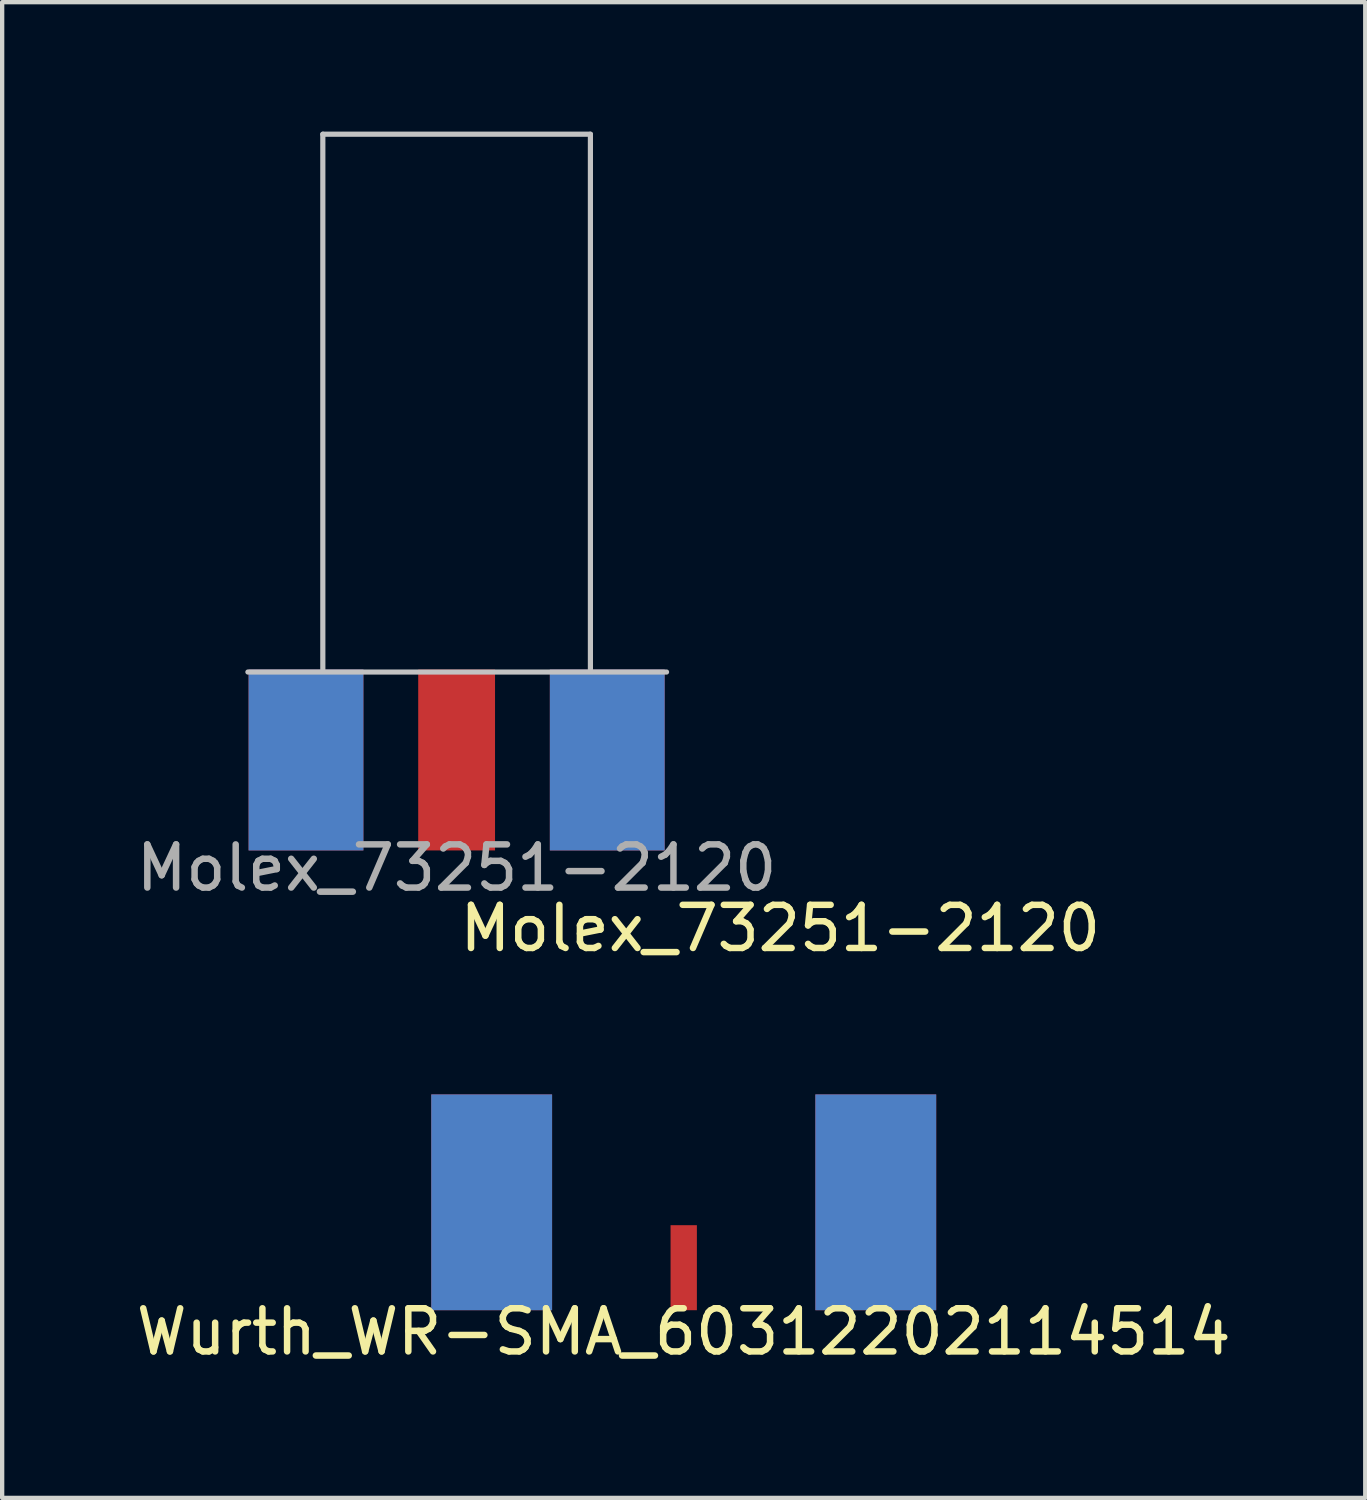
<source format=kicad_pcb>
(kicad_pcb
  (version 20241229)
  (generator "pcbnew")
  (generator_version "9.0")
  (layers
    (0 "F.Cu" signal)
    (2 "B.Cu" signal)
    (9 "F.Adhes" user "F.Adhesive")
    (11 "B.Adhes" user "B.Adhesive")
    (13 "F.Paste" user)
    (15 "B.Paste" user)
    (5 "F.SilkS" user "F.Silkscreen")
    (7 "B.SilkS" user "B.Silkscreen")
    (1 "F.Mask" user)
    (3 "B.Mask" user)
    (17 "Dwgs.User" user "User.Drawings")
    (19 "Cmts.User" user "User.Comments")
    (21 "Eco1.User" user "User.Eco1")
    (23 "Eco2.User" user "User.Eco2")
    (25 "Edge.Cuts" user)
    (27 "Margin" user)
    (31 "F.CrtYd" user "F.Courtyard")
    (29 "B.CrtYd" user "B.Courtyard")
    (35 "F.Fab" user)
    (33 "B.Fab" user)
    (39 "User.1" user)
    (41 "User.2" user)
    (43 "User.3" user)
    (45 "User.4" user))
  (footprint "Molex_73251-2120"
    (layer "F.Cu")
    (at 7.53 14.56)
    (property "Reference" "Molex_73251-2120" (at 7.5 3.9 0) (unlocked yes) (layer "F.SilkS") (effects (font (size 1 1) (thickness 0.15))))
    (attr smd)
    (fp_line (start -4.836 -2.039) (end 4.864 -2.039) (stroke (width 0.12) (type default)) (layer "Dwgs.User"))
    (fp_line (start -3.1 -2.1) (end -3.1 -14.5) (stroke (width 0.12) (type default)) (layer "Dwgs.User"))
    (fp_line (start 3.1 -14.5) (end -3.1 -14.5) (stroke (width 0.12) (type default)) (layer "Dwgs.User"))
    (fp_line (start 3.1 -2.1) (end 3.1 -14.5) (stroke (width 0.12) (type default)) (layer "Dwgs.User"))
    (fp_text user "${REFERENCE}" (at 0 2.5 0) (unlocked yes) (layer "F.Fab") (effects (font (size 1 1) (thickness 0.15))))
    (pad "1" smd rect (at 0 0) (size 1.78 4.19) (layers "F.Cu" "F.Mask" "F.Paste"))
    (pad "2" smd rect (at -3.49 0) (size 2.66 4.19) (layers "F.Cu" "F.Mask" "F.Paste"))
    (pad "2" smd rect (at -3.49 0) (size 2.66 4.19) (layers "B.Cu" "B.Mask" "B.Paste"))
    (pad "2" smd rect (at 3.49 0) (size 2.66 4.19) (layers "F.Cu" "F.Mask" "F.Paste"))
    (pad "2" smd rect (at 3.49 0) (size 2.66 4.19) (layers "B.Cu" "B.Mask" "B.Paste")))
  (footprint "Wurth_WR-SMA_60312202114514"
    (layer "F.Cu")
    (at 12.792 27.308)
    (property "Reference" "Wurth_WR-SMA_60312202114514" (at 0 0.5 0) (layer "F.SilkS") (effects (font (size 1 1) (thickness 0.15))))
    (attr through_hole)
    (pad "1" smd rect (at 0 0) (size 0.61 1.97) (drill (offset 0 -0.985)) (layers "F.Cu" "F.Mask" "F.Paste"))
    (pad "2" smd rect (at -4.45 0) (size 2.8 5) (drill (offset 0 -2.5)) (layers "F.Cu" "F.Mask" "F.Paste"))
    (pad "2" smd rect (at -4.45 0) (size 2.8 5) (drill (offset 0 -2.5)) (layers "B.Cu" "B.Mask" "B.Paste"))
    (pad "2" smd rect (at 4.45 0) (size 2.8 5) (drill (offset 0 -2.5)) (layers "F.Cu" "F.Mask" "F.Paste"))
    (pad "2" smd rect (at 4.45 0) (size 2.8 5) (drill (offset 0 -2.5)) (layers "B.Cu" "B.Mask" "B.Paste")))
  (gr_rect
    (start -3 -3)
    (end 28.583 31.657)
    (stroke (width 0.1) (type default))
    (fill no)
    (layer "Edge.Cuts")))
</source>
